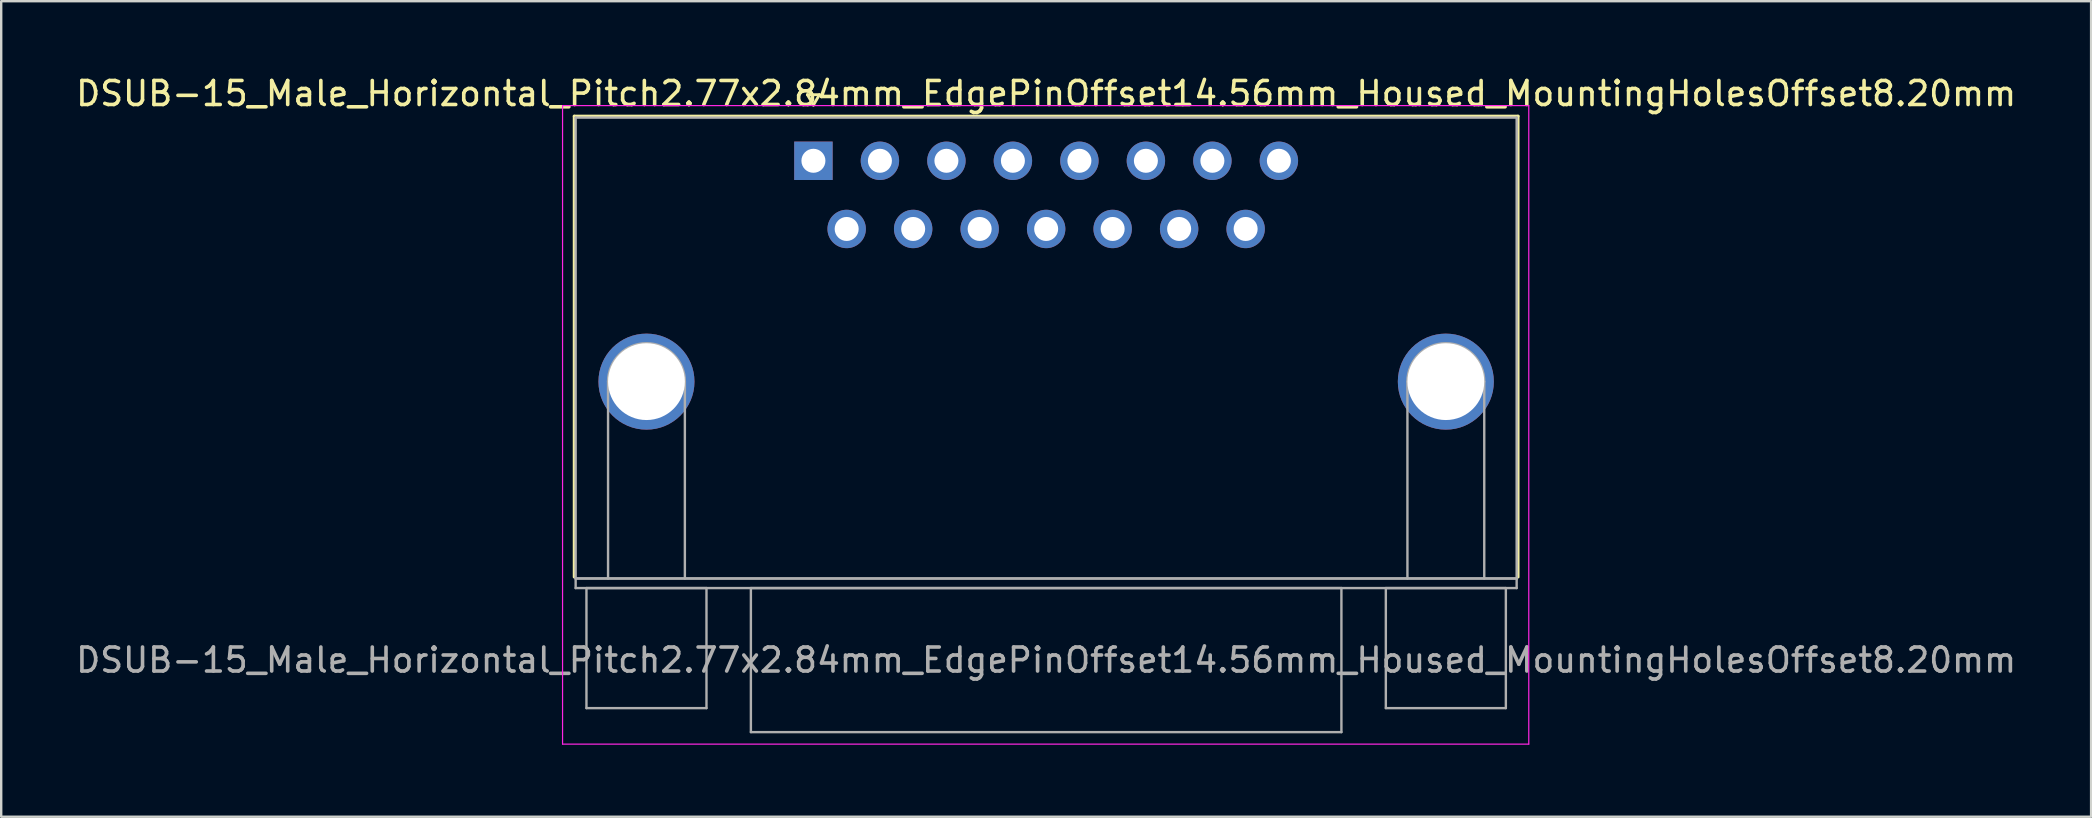
<source format=kicad_pcb>
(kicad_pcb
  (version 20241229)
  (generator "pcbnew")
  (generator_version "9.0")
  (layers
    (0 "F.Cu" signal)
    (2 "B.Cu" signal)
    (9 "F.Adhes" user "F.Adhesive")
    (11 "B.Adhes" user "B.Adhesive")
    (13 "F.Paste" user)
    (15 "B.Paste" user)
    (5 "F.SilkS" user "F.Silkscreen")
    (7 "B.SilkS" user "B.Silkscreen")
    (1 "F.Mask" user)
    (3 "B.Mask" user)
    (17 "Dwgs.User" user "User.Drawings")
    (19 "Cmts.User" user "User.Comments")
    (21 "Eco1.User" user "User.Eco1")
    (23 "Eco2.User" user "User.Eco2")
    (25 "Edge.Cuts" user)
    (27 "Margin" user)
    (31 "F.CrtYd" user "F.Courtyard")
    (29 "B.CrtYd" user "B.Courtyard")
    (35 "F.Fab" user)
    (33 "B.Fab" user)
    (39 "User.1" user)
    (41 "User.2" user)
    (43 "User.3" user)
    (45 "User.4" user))
  (footprint "DSUB-15_Male_Horizontal_Pitch2.77x2.84mm_EdgePinOffset14.56mm_Housed_MountingHolesOffset8.20mm"
    (layer "F.Cu")
    (at 30.835 3.648)
    (property "Reference" "DSUB-15_Male_Horizontal_Pitch2.77x2.84mm_EdgePinOffset14.56mm_Housed_MountingHolesOffset8.20mm" (at 9.695 -2.8 0) (layer "F.SilkS") (effects (font (size 1 1) (thickness 0.15))))
    (attr through_hole)
    (fp_line (start -9.965 -1.86) (end 29.355 -1.86) (stroke (width 0.12) (type solid)) (layer "F.SilkS"))
    (fp_line (start -9.965 17.34) (end -9.965 -1.86) (stroke (width 0.12) (type solid)) (layer "F.SilkS"))
    (fp_line (start -0.25 -2.754) (end 0.25 -2.754) (stroke (width 0.12) (type solid)) (layer "F.SilkS"))
    (fp_line (start 0 -2.321) (end -0.25 -2.754) (stroke (width 0.12) (type solid)) (layer "F.SilkS"))
    (fp_line (start 0.25 -2.754) (end 0 -2.321) (stroke (width 0.12) (type solid)) (layer "F.SilkS"))
    (fp_line (start 29.355 -1.86) (end 29.355 17.34) (stroke (width 0.12) (type solid)) (layer "F.SilkS"))
    (fp_line (start -10.45 -2.3) (end -10.45 24.3) (stroke (width 0.05) (type solid)) (layer "F.CrtYd"))
    (fp_line (start -10.45 24.3) (end 29.8 24.3) (stroke (width 0.05) (type solid)) (layer "F.CrtYd"))
    (fp_line (start 29.8 -2.3) (end -10.45 -2.3) (stroke (width 0.05) (type solid)) (layer "F.CrtYd"))
    (fp_line (start 29.8 24.3) (end 29.8 -2.3) (stroke (width 0.05) (type solid)) (layer "F.CrtYd"))
    (fp_line (start -9.905 -1.8) (end -9.905 17.4) (stroke (width 0.1) (type solid)) (layer "F.Fab"))
    (fp_line (start -9.905 17.4) (end -9.905 17.8) (stroke (width 0.1) (type solid)) (layer "F.Fab"))
    (fp_line (start -9.905 17.4) (end 29.295 17.4) (stroke (width 0.1) (type solid)) (layer "F.Fab"))
    (fp_line (start -9.905 17.8) (end 29.295 17.8) (stroke (width 0.1) (type solid)) (layer "F.Fab"))
    (fp_line (start -9.455 17.8) (end -9.455 22.8) (stroke (width 0.1) (type solid)) (layer "F.Fab"))
    (fp_line (start -9.455 22.8) (end -4.455 22.8) (stroke (width 0.1) (type solid)) (layer "F.Fab"))
    (fp_line (start -8.555 17.4) (end -8.555 9.2) (stroke (width 0.1) (type solid)) (layer "F.Fab"))
    (fp_line (start -5.355 17.4) (end -5.355 9.2) (stroke (width 0.1) (type solid)) (layer "F.Fab"))
    (fp_line (start -4.455 17.8) (end -9.455 17.8) (stroke (width 0.1) (type solid)) (layer "F.Fab"))
    (fp_line (start -4.455 22.8) (end -4.455 17.8) (stroke (width 0.1) (type solid)) (layer "F.Fab"))
    (fp_line (start -2.605 17.8) (end -2.605 23.8) (stroke (width 0.1) (type solid)) (layer "F.Fab"))
    (fp_line (start -2.605 23.8) (end 21.995 23.8) (stroke (width 0.1) (type solid)) (layer "F.Fab"))
    (fp_line (start 21.995 17.8) (end -2.605 17.8) (stroke (width 0.1) (type solid)) (layer "F.Fab"))
    (fp_line (start 21.995 23.8) (end 21.995 17.8) (stroke (width 0.1) (type solid)) (layer "F.Fab"))
    (fp_line (start 23.845 17.8) (end 23.845 22.8) (stroke (width 0.1) (type solid)) (layer "F.Fab"))
    (fp_line (start 23.845 22.8) (end 28.845 22.8) (stroke (width 0.1) (type solid)) (layer "F.Fab"))
    (fp_line (start 24.745 17.4) (end 24.745 9.2) (stroke (width 0.1) (type solid)) (layer "F.Fab"))
    (fp_line (start 27.945 17.4) (end 27.945 9.2) (stroke (width 0.1) (type solid)) (layer "F.Fab"))
    (fp_line (start 28.845 17.8) (end 23.845 17.8) (stroke (width 0.1) (type solid)) (layer "F.Fab"))
    (fp_line (start 28.845 22.8) (end 28.845 17.8) (stroke (width 0.1) (type solid)) (layer "F.Fab"))
    (fp_line (start 29.295 -1.8) (end -9.905 -1.8) (stroke (width 0.1) (type solid)) (layer "F.Fab"))
    (fp_line (start 29.295 17.4) (end -9.905 17.4) (stroke (width 0.1) (type solid)) (layer "F.Fab"))
    (fp_line (start 29.295 17.4) (end 29.295 -1.8) (stroke (width 0.1) (type solid)) (layer "F.Fab"))
    (fp_line (start 29.295 17.8) (end 29.295 17.4) (stroke (width 0.1) (type solid)) (layer "F.Fab"))
    (fp_arc (start -8.555 9.2) (mid -6.955 7.6) (end -5.355 9.2) (stroke (width 0.1) (type solid)) (layer "F.Fab"))
    (fp_arc (start 24.745 9.2) (mid 26.345 7.6) (end 27.945 9.2) (stroke (width 0.1) (type solid)) (layer "F.Fab"))
    (fp_text user "${REFERENCE}" (at 9.695 20.8 0) (layer "F.Fab") (effects (font (size 1 1) (thickness 0.15))))
    (pad "0" thru_hole circle (at -6.955 9.2) (size 4 4) (drill 3.2) (layers "*.Cu" "*.Mask"))
    (pad "0" thru_hole circle (at 26.345 9.2) (size 4 4) (drill 3.2) (layers "*.Cu" "*.Mask"))
    (pad "1" thru_hole rect (at 0 0) (size 1.6 1.6) (drill 1) (layers "*.Cu" "*.Mask"))
    (pad "2" thru_hole circle (at 2.77 0) (size 1.6 1.6) (drill 1) (layers "*.Cu" "*.Mask"))
    (pad "3" thru_hole circle (at 5.54 0) (size 1.6 1.6) (drill 1) (layers "*.Cu" "*.Mask"))
    (pad "4" thru_hole circle (at 8.31 0) (size 1.6 1.6) (drill 1) (layers "*.Cu" "*.Mask"))
    (pad "5" thru_hole circle (at 11.08 0) (size 1.6 1.6) (drill 1) (layers "*.Cu" "*.Mask"))
    (pad "6" thru_hole circle (at 13.85 0) (size 1.6 1.6) (drill 1) (layers "*.Cu" "*.Mask"))
    (pad "7" thru_hole circle (at 16.62 0) (size 1.6 1.6) (drill 1) (layers "*.Cu" "*.Mask"))
    (pad "8" thru_hole circle (at 19.39 0) (size 1.6 1.6) (drill 1) (layers "*.Cu" "*.Mask"))
    (pad "9" thru_hole circle (at 1.385 2.84) (size 1.6 1.6) (drill 1) (layers "*.Cu" "*.Mask"))
    (pad "10" thru_hole circle (at 4.155 2.84) (size 1.6 1.6) (drill 1) (layers "*.Cu" "*.Mask"))
    (pad "11" thru_hole circle (at 6.925 2.84) (size 1.6 1.6) (drill 1) (layers "*.Cu" "*.Mask"))
    (pad "12" thru_hole circle (at 9.695 2.84) (size 1.6 1.6) (drill 1) (layers "*.Cu" "*.Mask"))
    (pad "13" thru_hole circle (at 12.465 2.84) (size 1.6 1.6) (drill 1) (layers "*.Cu" "*.Mask"))
    (pad "14" thru_hole circle (at 15.235 2.84) (size 1.6 1.6) (drill 1) (layers "*.Cu" "*.Mask"))
    (pad "15" thru_hole circle (at 18.005 2.84) (size 1.6 1.6) (drill 1) (layers "*.Cu" "*.Mask")))
  (gr_rect
    (start -3 -3)
    (end 84.06 30.973)
    (stroke (width 0.1) (type default))
    (fill no)
    (layer "Edge.Cuts")))
</source>
